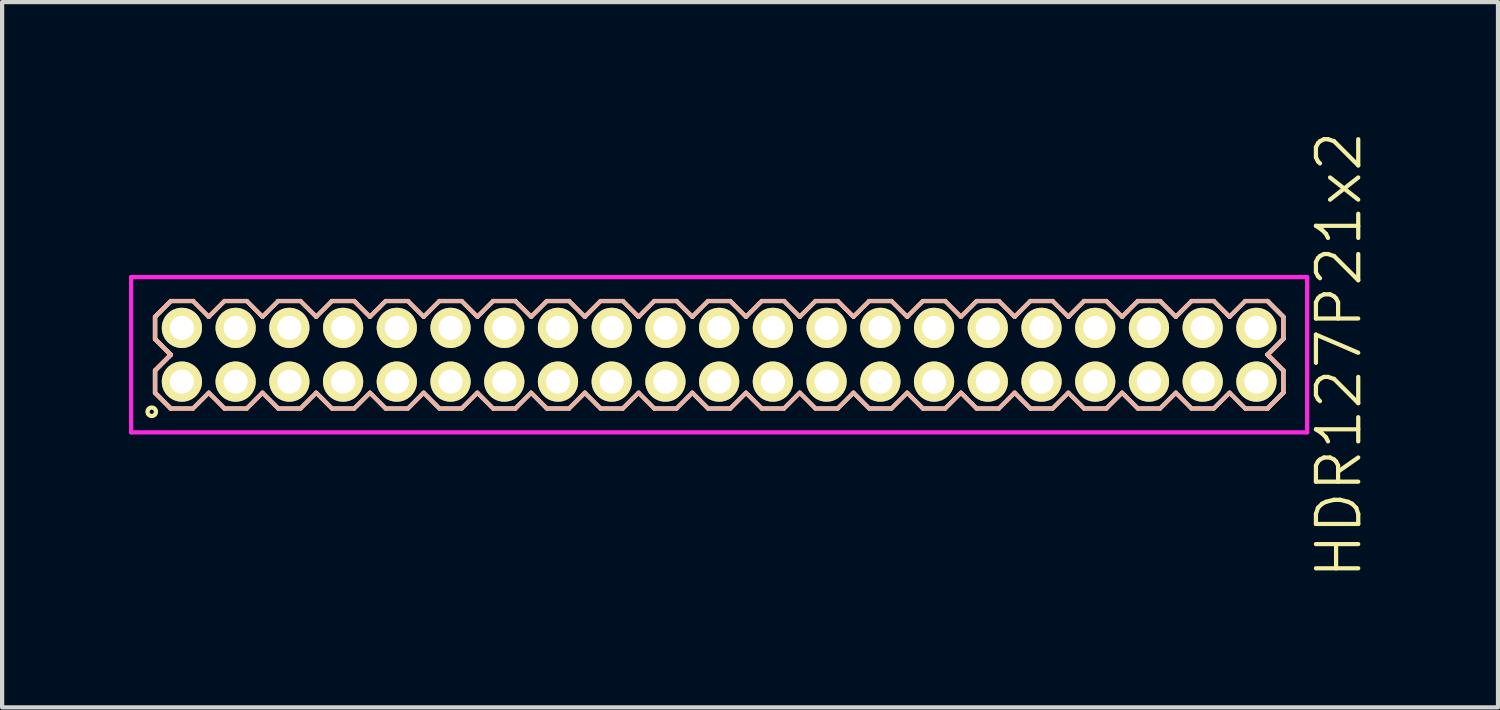
<source format=kicad_pcb>
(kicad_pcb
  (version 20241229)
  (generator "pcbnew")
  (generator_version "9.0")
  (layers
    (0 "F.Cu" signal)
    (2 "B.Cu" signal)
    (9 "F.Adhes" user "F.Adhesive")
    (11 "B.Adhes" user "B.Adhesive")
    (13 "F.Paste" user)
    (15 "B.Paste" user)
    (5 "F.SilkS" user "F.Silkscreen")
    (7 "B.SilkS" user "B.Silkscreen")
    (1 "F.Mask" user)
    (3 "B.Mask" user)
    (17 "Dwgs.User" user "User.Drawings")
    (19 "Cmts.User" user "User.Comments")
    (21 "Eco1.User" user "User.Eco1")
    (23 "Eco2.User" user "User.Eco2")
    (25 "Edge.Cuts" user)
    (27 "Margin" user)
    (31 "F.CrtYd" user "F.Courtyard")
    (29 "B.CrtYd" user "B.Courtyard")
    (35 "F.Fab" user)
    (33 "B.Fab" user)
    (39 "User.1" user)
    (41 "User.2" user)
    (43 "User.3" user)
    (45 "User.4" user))
  (footprint "HDR127P21x2"
    (layer "F.Cu")
    (at 13.95 5.336)
    (property "Reference" "HDR127P21x2" (at 14.65 0 90) (layer "F.SilkS") (effects (font (size 1 1) (thickness 0.1))))
    (attr through_hole)
    (fp_line (start -13.335 -0.898) (end -12.963 -1.27) (stroke (width 0.1) (type solid)) (layer "F.SilkS"))
    (fp_line (start -13.335 -0.898) (end -12.963 -1.27) (stroke (width 0.1) (type solid)) (layer "F.SilkS"))
    (fp_line (start -13.335 -0.372) (end -13.335 -0.898) (stroke (width 0.1) (type solid)) (layer "F.SilkS"))
    (fp_line (start -13.335 -0.372) (end -13.335 -0.898) (stroke (width 0.1) (type solid)) (layer "F.SilkS"))
    (fp_line (start -13.335 0.372) (end -12.963 0) (stroke (width 0.1) (type solid)) (layer "F.SilkS"))
    (fp_line (start -13.335 0.372) (end -12.963 0) (stroke (width 0.1) (type solid)) (layer "F.SilkS"))
    (fp_line (start -13.335 0.898) (end -13.335 0.372) (stroke (width 0.1) (type solid)) (layer "F.SilkS"))
    (fp_line (start -13.335 0.898) (end -13.335 0.372) (stroke (width 0.1) (type solid)) (layer "F.SilkS"))
    (fp_line (start -12.963 -1.27) (end -12.437 -1.27) (stroke (width 0.1) (type solid)) (layer "F.SilkS"))
    (fp_line (start -12.963 0) (end -13.335 -0.372) (stroke (width 0.1) (type solid)) (layer "F.SilkS"))
    (fp_line (start -12.963 0) (end -13.335 -0.372) (stroke (width 0.1) (type solid)) (layer "F.SilkS"))
    (fp_line (start -12.963 1.27) (end -13.335 0.898) (stroke (width 0.1) (type solid)) (layer "F.SilkS"))
    (fp_line (start -12.963 1.27) (end -13.335 0.898) (stroke (width 0.1) (type solid)) (layer "F.SilkS"))
    (fp_line (start -12.437 -1.27) (end -12.065 -0.898) (stroke (width 0.1) (type solid)) (layer "F.SilkS"))
    (fp_line (start -12.437 1.27) (end -12.963 1.27) (stroke (width 0.1) (type solid)) (layer "F.SilkS"))
    (fp_line (start -12.065 -0.898) (end -11.693 -1.27) (stroke (width 0.1) (type solid)) (layer "F.SilkS"))
    (fp_line (start -12.065 0.898) (end -12.437 1.27) (stroke (width 0.1) (type solid)) (layer "F.SilkS"))
    (fp_line (start -11.693 -1.27) (end -11.167 -1.27) (stroke (width 0.1) (type solid)) (layer "F.SilkS"))
    (fp_line (start -11.693 1.27) (end -12.065 0.898) (stroke (width 0.1) (type solid)) (layer "F.SilkS"))
    (fp_line (start -11.167 -1.27) (end -10.795 -0.898) (stroke (width 0.1) (type solid)) (layer "F.SilkS"))
    (fp_line (start -11.167 1.27) (end -11.693 1.27) (stroke (width 0.1) (type solid)) (layer "F.SilkS"))
    (fp_line (start -10.795 -0.898) (end -10.423 -1.27) (stroke (width 0.1) (type solid)) (layer "F.SilkS"))
    (fp_line (start -10.795 0.898) (end -11.167 1.27) (stroke (width 0.1) (type solid)) (layer "F.SilkS"))
    (fp_line (start -10.423 -1.27) (end -9.897 -1.27) (stroke (width 0.1) (type solid)) (layer "F.SilkS"))
    (fp_line (start -10.423 1.27) (end -10.795 0.898) (stroke (width 0.1) (type solid)) (layer "F.SilkS"))
    (fp_line (start -9.897 -1.27) (end -9.525 -0.898) (stroke (width 0.1) (type solid)) (layer "F.SilkS"))
    (fp_line (start -9.897 1.27) (end -10.423 1.27) (stroke (width 0.1) (type solid)) (layer "F.SilkS"))
    (fp_line (start -9.525 -0.898) (end -9.153 -1.27) (stroke (width 0.1) (type solid)) (layer "F.SilkS"))
    (fp_line (start -9.525 0.898) (end -9.897 1.27) (stroke (width 0.1) (type solid)) (layer "F.SilkS"))
    (fp_line (start -9.153 -1.27) (end -8.627 -1.27) (stroke (width 0.1) (type solid)) (layer "F.SilkS"))
    (fp_line (start -9.153 1.27) (end -9.525 0.898) (stroke (width 0.1) (type solid)) (layer "F.SilkS"))
    (fp_line (start -8.627 -1.27) (end -8.255 -0.898) (stroke (width 0.1) (type solid)) (layer "F.SilkS"))
    (fp_line (start -8.627 1.27) (end -9.153 1.27) (stroke (width 0.1) (type solid)) (layer "F.SilkS"))
    (fp_line (start -8.255 -0.898) (end -7.883 -1.27) (stroke (width 0.1) (type solid)) (layer "F.SilkS"))
    (fp_line (start -8.255 0.898) (end -8.627 1.27) (stroke (width 0.1) (type solid)) (layer "F.SilkS"))
    (fp_line (start -7.883 -1.27) (end -7.357 -1.27) (stroke (width 0.1) (type solid)) (layer "F.SilkS"))
    (fp_line (start -7.883 1.27) (end -8.255 0.898) (stroke (width 0.1) (type solid)) (layer "F.SilkS"))
    (fp_line (start -7.357 -1.27) (end -6.985 -0.898) (stroke (width 0.1) (type solid)) (layer "F.SilkS"))
    (fp_line (start -7.357 1.27) (end -7.883 1.27) (stroke (width 0.1) (type solid)) (layer "F.SilkS"))
    (fp_line (start -6.985 -0.898) (end -6.613 -1.27) (stroke (width 0.1) (type solid)) (layer "F.SilkS"))
    (fp_line (start -6.985 0.898) (end -7.357 1.27) (stroke (width 0.1) (type solid)) (layer "F.SilkS"))
    (fp_line (start -6.613 -1.27) (end -6.087 -1.27) (stroke (width 0.1) (type solid)) (layer "F.SilkS"))
    (fp_line (start -6.613 1.27) (end -6.985 0.898) (stroke (width 0.1) (type solid)) (layer "F.SilkS"))
    (fp_line (start -6.087 -1.27) (end -5.715 -0.898) (stroke (width 0.1) (type solid)) (layer "F.SilkS"))
    (fp_line (start -6.087 1.27) (end -6.613 1.27) (stroke (width 0.1) (type solid)) (layer "F.SilkS"))
    (fp_line (start -5.715 -0.898) (end -5.343 -1.27) (stroke (width 0.1) (type solid)) (layer "F.SilkS"))
    (fp_line (start -5.715 0.898) (end -6.087 1.27) (stroke (width 0.1) (type solid)) (layer "F.SilkS"))
    (fp_line (start -5.343 -1.27) (end -4.817 -1.27) (stroke (width 0.1) (type solid)) (layer "F.SilkS"))
    (fp_line (start -5.343 1.27) (end -5.715 0.898) (stroke (width 0.1) (type solid)) (layer "F.SilkS"))
    (fp_line (start -4.817 -1.27) (end -4.445 -0.898) (stroke (width 0.1) (type solid)) (layer "F.SilkS"))
    (fp_line (start -4.817 1.27) (end -5.343 1.27) (stroke (width 0.1) (type solid)) (layer "F.SilkS"))
    (fp_line (start -4.445 -0.898) (end -4.073 -1.27) (stroke (width 0.1) (type solid)) (layer "F.SilkS"))
    (fp_line (start -4.445 0.898) (end -4.817 1.27) (stroke (width 0.1) (type solid)) (layer "F.SilkS"))
    (fp_line (start -4.073 -1.27) (end -3.547 -1.27) (stroke (width 0.1) (type solid)) (layer "F.SilkS"))
    (fp_line (start -4.073 1.27) (end -4.445 0.898) (stroke (width 0.1) (type solid)) (layer "F.SilkS"))
    (fp_line (start -3.547 -1.27) (end -3.175 -0.898) (stroke (width 0.1) (type solid)) (layer "F.SilkS"))
    (fp_line (start -3.547 1.27) (end -4.073 1.27) (stroke (width 0.1) (type solid)) (layer "F.SilkS"))
    (fp_line (start -3.175 -0.898) (end -2.803 -1.27) (stroke (width 0.1) (type solid)) (layer "F.SilkS"))
    (fp_line (start -3.175 0.898) (end -3.547 1.27) (stroke (width 0.1) (type solid)) (layer "F.SilkS"))
    (fp_line (start -2.803 -1.27) (end -2.277 -1.27) (stroke (width 0.1) (type solid)) (layer "F.SilkS"))
    (fp_line (start -2.803 1.27) (end -3.175 0.898) (stroke (width 0.1) (type solid)) (layer "F.SilkS"))
    (fp_line (start -2.277 -1.27) (end -1.905 -0.898) (stroke (width 0.1) (type solid)) (layer "F.SilkS"))
    (fp_line (start -2.277 1.27) (end -2.803 1.27) (stroke (width 0.1) (type solid)) (layer "F.SilkS"))
    (fp_line (start -1.905 -0.898) (end -1.533 -1.27) (stroke (width 0.1) (type solid)) (layer "F.SilkS"))
    (fp_line (start -1.905 0.898) (end -2.277 1.27) (stroke (width 0.1) (type solid)) (layer "F.SilkS"))
    (fp_line (start -1.533 -1.27) (end -1.007 -1.27) (stroke (width 0.1) (type solid)) (layer "F.SilkS"))
    (fp_line (start -1.533 1.27) (end -1.905 0.898) (stroke (width 0.1) (type solid)) (layer "F.SilkS"))
    (fp_line (start -1.007 -1.27) (end -0.635 -0.898) (stroke (width 0.1) (type solid)) (layer "F.SilkS"))
    (fp_line (start -1.007 1.27) (end -1.533 1.27) (stroke (width 0.1) (type solid)) (layer "F.SilkS"))
    (fp_line (start -0.635 -0.898) (end -0.263 -1.27) (stroke (width 0.1) (type solid)) (layer "F.SilkS"))
    (fp_line (start -0.635 0.898) (end -1.007 1.27) (stroke (width 0.1) (type solid)) (layer "F.SilkS"))
    (fp_line (start -0.263 -1.27) (end 0.263 -1.27) (stroke (width 0.1) (type solid)) (layer "F.SilkS"))
    (fp_line (start -0.263 1.27) (end -0.635 0.898) (stroke (width 0.1) (type solid)) (layer "F.SilkS"))
    (fp_line (start 0.263 -1.27) (end 0.635 -0.898) (stroke (width 0.1) (type solid)) (layer "F.SilkS"))
    (fp_line (start 0.263 1.27) (end -0.263 1.27) (stroke (width 0.1) (type solid)) (layer "F.SilkS"))
    (fp_line (start 0.635 -0.898) (end 1.007 -1.27) (stroke (width 0.1) (type solid)) (layer "F.SilkS"))
    (fp_line (start 0.635 0.898) (end 0.263 1.27) (stroke (width 0.1) (type solid)) (layer "F.SilkS"))
    (fp_line (start 1.007 -1.27) (end 1.533 -1.27) (stroke (width 0.1) (type solid)) (layer "F.SilkS"))
    (fp_line (start 1.007 1.27) (end 0.635 0.898) (stroke (width 0.1) (type solid)) (layer "F.SilkS"))
    (fp_line (start 1.533 -1.27) (end 1.905 -0.898) (stroke (width 0.1) (type solid)) (layer "F.SilkS"))
    (fp_line (start 1.533 1.27) (end 1.007 1.27) (stroke (width 0.1) (type solid)) (layer "F.SilkS"))
    (fp_line (start 1.905 -0.898) (end 2.277 -1.27) (stroke (width 0.1) (type solid)) (layer "F.SilkS"))
    (fp_line (start 1.905 0.898) (end 1.533 1.27) (stroke (width 0.1) (type solid)) (layer "F.SilkS"))
    (fp_line (start 2.277 -1.27) (end 2.803 -1.27) (stroke (width 0.1) (type solid)) (layer "F.SilkS"))
    (fp_line (start 2.277 1.27) (end 1.905 0.898) (stroke (width 0.1) (type solid)) (layer "F.SilkS"))
    (fp_line (start 2.803 -1.27) (end 3.175 -0.898) (stroke (width 0.1) (type solid)) (layer "F.SilkS"))
    (fp_line (start 2.803 1.27) (end 2.277 1.27) (stroke (width 0.1) (type solid)) (layer "F.SilkS"))
    (fp_line (start 3.175 -0.898) (end 3.547 -1.27) (stroke (width 0.1) (type solid)) (layer "F.SilkS"))
    (fp_line (start 3.175 0.898) (end 2.803 1.27) (stroke (width 0.1) (type solid)) (layer "F.SilkS"))
    (fp_line (start 3.547 -1.27) (end 4.073 -1.27) (stroke (width 0.1) (type solid)) (layer "F.SilkS"))
    (fp_line (start 3.547 1.27) (end 3.175 0.898) (stroke (width 0.1) (type solid)) (layer "F.SilkS"))
    (fp_line (start 4.073 -1.27) (end 4.445 -0.898) (stroke (width 0.1) (type solid)) (layer "F.SilkS"))
    (fp_line (start 4.073 1.27) (end 3.547 1.27) (stroke (width 0.1) (type solid)) (layer "F.SilkS"))
    (fp_line (start 4.445 -0.898) (end 4.817 -1.27) (stroke (width 0.1) (type solid)) (layer "F.SilkS"))
    (fp_line (start 4.445 0.898) (end 4.073 1.27) (stroke (width 0.1) (type solid)) (layer "F.SilkS"))
    (fp_line (start 4.817 -1.27) (end 5.343 -1.27) (stroke (width 0.1) (type solid)) (layer "F.SilkS"))
    (fp_line (start 4.817 1.27) (end 4.445 0.898) (stroke (width 0.1) (type solid)) (layer "F.SilkS"))
    (fp_line (start 5.343 -1.27) (end 5.715 -0.898) (stroke (width 0.1) (type solid)) (layer "F.SilkS"))
    (fp_line (start 5.343 1.27) (end 4.817 1.27) (stroke (width 0.1) (type solid)) (layer "F.SilkS"))
    (fp_line (start 5.715 -0.898) (end 6.087 -1.27) (stroke (width 0.1) (type solid)) (layer "F.SilkS"))
    (fp_line (start 5.715 0.898) (end 5.343 1.27) (stroke (width 0.1) (type solid)) (layer "F.SilkS"))
    (fp_line (start 6.087 -1.27) (end 6.613 -1.27) (stroke (width 0.1) (type solid)) (layer "F.SilkS"))
    (fp_line (start 6.087 1.27) (end 5.715 0.898) (stroke (width 0.1) (type solid)) (layer "F.SilkS"))
    (fp_line (start 6.613 -1.27) (end 6.985 -0.898) (stroke (width 0.1) (type solid)) (layer "F.SilkS"))
    (fp_line (start 6.613 1.27) (end 6.087 1.27) (stroke (width 0.1) (type solid)) (layer "F.SilkS"))
    (fp_line (start 6.985 -0.898) (end 7.357 -1.27) (stroke (width 0.1) (type solid)) (layer "F.SilkS"))
    (fp_line (start 6.985 0.898) (end 6.613 1.27) (stroke (width 0.1) (type solid)) (layer "F.SilkS"))
    (fp_line (start 7.357 -1.27) (end 7.883 -1.27) (stroke (width 0.1) (type solid)) (layer "F.SilkS"))
    (fp_line (start 7.357 1.27) (end 6.985 0.898) (stroke (width 0.1) (type solid)) (layer "F.SilkS"))
    (fp_line (start 7.883 -1.27) (end 8.255 -0.898) (stroke (width 0.1) (type solid)) (layer "F.SilkS"))
    (fp_line (start 7.883 1.27) (end 7.357 1.27) (stroke (width 0.1) (type solid)) (layer "F.SilkS"))
    (fp_line (start 8.255 -0.898) (end 8.627 -1.27) (stroke (width 0.1) (type solid)) (layer "F.SilkS"))
    (fp_line (start 8.255 0.898) (end 7.883 1.27) (stroke (width 0.1) (type solid)) (layer "F.SilkS"))
    (fp_line (start 8.627 -1.27) (end 9.153 -1.27) (stroke (width 0.1) (type solid)) (layer "F.SilkS"))
    (fp_line (start 8.627 1.27) (end 8.255 0.898) (stroke (width 0.1) (type solid)) (layer "F.SilkS"))
    (fp_line (start 9.153 -1.27) (end 9.525 -0.898) (stroke (width 0.1) (type solid)) (layer "F.SilkS"))
    (fp_line (start 9.153 1.27) (end 8.627 1.27) (stroke (width 0.1) (type solid)) (layer "F.SilkS"))
    (fp_line (start 9.525 -0.898) (end 9.897 -1.27) (stroke (width 0.1) (type solid)) (layer "F.SilkS"))
    (fp_line (start 9.525 0.898) (end 9.153 1.27) (stroke (width 0.1) (type solid)) (layer "F.SilkS"))
    (fp_line (start 9.897 -1.27) (end 10.423 -1.27) (stroke (width 0.1) (type solid)) (layer "F.SilkS"))
    (fp_line (start 9.897 1.27) (end 9.525 0.898) (stroke (width 0.1) (type solid)) (layer "F.SilkS"))
    (fp_line (start 10.423 -1.27) (end 10.795 -0.898) (stroke (width 0.1) (type solid)) (layer "F.SilkS"))
    (fp_line (start 10.423 1.27) (end 9.897 1.27) (stroke (width 0.1) (type solid)) (layer "F.SilkS"))
    (fp_line (start 10.795 -0.898) (end 11.167 -1.27) (stroke (width 0.1) (type solid)) (layer "F.SilkS"))
    (fp_line (start 10.795 0.898) (end 10.423 1.27) (stroke (width 0.1) (type solid)) (layer "F.SilkS"))
    (fp_line (start 11.167 -1.27) (end 11.693 -1.27) (stroke (width 0.1) (type solid)) (layer "F.SilkS"))
    (fp_line (start 11.167 1.27) (end 10.795 0.898) (stroke (width 0.1) (type solid)) (layer "F.SilkS"))
    (fp_line (start 11.693 -1.27) (end 12.065 -0.898) (stroke (width 0.1) (type solid)) (layer "F.SilkS"))
    (fp_line (start 11.693 1.27) (end 11.167 1.27) (stroke (width 0.1) (type solid)) (layer "F.SilkS"))
    (fp_line (start 12.065 -0.898) (end 12.437 -1.27) (stroke (width 0.1) (type solid)) (layer "F.SilkS"))
    (fp_line (start 12.065 0.898) (end 11.693 1.27) (stroke (width 0.1) (type solid)) (layer "F.SilkS"))
    (fp_line (start 12.437 -1.27) (end 12.963 -1.27) (stroke (width 0.1) (type solid)) (layer "F.SilkS"))
    (fp_line (start 12.437 1.27) (end 12.065 0.898) (stroke (width 0.1) (type solid)) (layer "F.SilkS"))
    (fp_line (start 12.963 -1.27) (end 13.335 -0.898) (stroke (width 0.1) (type solid)) (layer "F.SilkS"))
    (fp_line (start 12.963 -1.27) (end 13.335 -0.898) (stroke (width 0.1) (type solid)) (layer "F.SilkS"))
    (fp_line (start 12.963 0) (end 13.335 0.372) (stroke (width 0.1) (type solid)) (layer "F.SilkS"))
    (fp_line (start 12.963 0) (end 13.335 0.372) (stroke (width 0.1) (type solid)) (layer "F.SilkS"))
    (fp_line (start 12.963 1.27) (end 12.437 1.27) (stroke (width 0.1) (type solid)) (layer "F.SilkS"))
    (fp_line (start 13.335 -0.898) (end 13.335 -0.372) (stroke (width 0.1) (type solid)) (layer "F.SilkS"))
    (fp_line (start 13.335 -0.898) (end 13.335 -0.372) (stroke (width 0.1) (type solid)) (layer "F.SilkS"))
    (fp_line (start 13.335 -0.372) (end 12.963 0) (stroke (width 0.1) (type solid)) (layer "F.SilkS"))
    (fp_line (start 13.335 -0.372) (end 12.963 0) (stroke (width 0.1) (type solid)) (layer "F.SilkS"))
    (fp_line (start 13.335 0.372) (end 13.335 0.898) (stroke (width 0.1) (type solid)) (layer "F.SilkS"))
    (fp_line (start 13.335 0.372) (end 13.335 0.898) (stroke (width 0.1) (type solid)) (layer "F.SilkS"))
    (fp_line (start 13.335 0.898) (end 12.963 1.27) (stroke (width 0.1) (type solid)) (layer "F.SilkS"))
    (fp_line (start 13.335 0.898) (end 12.963 1.27) (stroke (width 0.1) (type solid)) (layer "F.SilkS"))
    (fp_circle (center -13.413 1.348) (end -13.313 1.348) (stroke (width 0.1) (type solid)) (fill no) (layer "F.SilkS"))
    (fp_line (start -13.335 -0.898) (end -12.963 -1.27) (stroke (width 0.1) (type solid)) (layer "B.SilkS"))
    (fp_line (start -13.335 -0.898) (end -12.963 -1.27) (stroke (width 0.1) (type solid)) (layer "B.SilkS"))
    (fp_line (start -13.335 -0.372) (end -13.335 -0.898) (stroke (width 0.1) (type solid)) (layer "B.SilkS"))
    (fp_line (start -13.335 -0.372) (end -13.335 -0.898) (stroke (width 0.1) (type solid)) (layer "B.SilkS"))
    (fp_line (start -13.335 0.372) (end -12.963 0) (stroke (width 0.1) (type solid)) (layer "B.SilkS"))
    (fp_line (start -13.335 0.372) (end -12.963 0) (stroke (width 0.1) (type solid)) (layer "B.SilkS"))
    (fp_line (start -13.335 0.898) (end -13.335 0.372) (stroke (width 0.1) (type solid)) (layer "B.SilkS"))
    (fp_line (start -13.335 0.898) (end -13.335 0.372) (stroke (width 0.1) (type solid)) (layer "B.SilkS"))
    (fp_line (start -12.963 -1.27) (end -12.437 -1.27) (stroke (width 0.1) (type solid)) (layer "B.SilkS"))
    (fp_line (start -12.963 0) (end -13.335 -0.372) (stroke (width 0.1) (type solid)) (layer "B.SilkS"))
    (fp_line (start -12.963 0) (end -13.335 -0.372) (stroke (width 0.1) (type solid)) (layer "B.SilkS"))
    (fp_line (start -12.963 1.27) (end -13.335 0.898) (stroke (width 0.1) (type solid)) (layer "B.SilkS"))
    (fp_line (start -12.963 1.27) (end -13.335 0.898) (stroke (width 0.1) (type solid)) (layer "B.SilkS"))
    (fp_line (start -12.437 -1.27) (end -12.065 -0.898) (stroke (width 0.1) (type solid)) (layer "B.SilkS"))
    (fp_line (start -12.437 1.27) (end -12.963 1.27) (stroke (width 0.1) (type solid)) (layer "B.SilkS"))
    (fp_line (start -12.065 -0.898) (end -11.693 -1.27) (stroke (width 0.1) (type solid)) (layer "B.SilkS"))
    (fp_line (start -12.065 0.898) (end -12.437 1.27) (stroke (width 0.1) (type solid)) (layer "B.SilkS"))
    (fp_line (start -11.693 -1.27) (end -11.167 -1.27) (stroke (width 0.1) (type solid)) (layer "B.SilkS"))
    (fp_line (start -11.693 1.27) (end -12.065 0.898) (stroke (width 0.1) (type solid)) (layer "B.SilkS"))
    (fp_line (start -11.167 -1.27) (end -10.795 -0.898) (stroke (width 0.1) (type solid)) (layer "B.SilkS"))
    (fp_line (start -11.167 1.27) (end -11.693 1.27) (stroke (width 0.1) (type solid)) (layer "B.SilkS"))
    (fp_line (start -10.795 -0.898) (end -10.423 -1.27) (stroke (width 0.1) (type solid)) (layer "B.SilkS"))
    (fp_line (start -10.795 0.898) (end -11.167 1.27) (stroke (width 0.1) (type solid)) (layer "B.SilkS"))
    (fp_line (start -10.423 -1.27) (end -9.897 -1.27) (stroke (width 0.1) (type solid)) (layer "B.SilkS"))
    (fp_line (start -10.423 1.27) (end -10.795 0.898) (stroke (width 0.1) (type solid)) (layer "B.SilkS"))
    (fp_line (start -9.897 -1.27) (end -9.525 -0.898) (stroke (width 0.1) (type solid)) (layer "B.SilkS"))
    (fp_line (start -9.897 1.27) (end -10.423 1.27) (stroke (width 0.1) (type solid)) (layer "B.SilkS"))
    (fp_line (start -9.525 -0.898) (end -9.153 -1.27) (stroke (width 0.1) (type solid)) (layer "B.SilkS"))
    (fp_line (start -9.525 0.898) (end -9.897 1.27) (stroke (width 0.1) (type solid)) (layer "B.SilkS"))
    (fp_line (start -9.153 -1.27) (end -8.627 -1.27) (stroke (width 0.1) (type solid)) (layer "B.SilkS"))
    (fp_line (start -9.153 1.27) (end -9.525 0.898) (stroke (width 0.1) (type solid)) (layer "B.SilkS"))
    (fp_line (start -8.627 -1.27) (end -8.255 -0.898) (stroke (width 0.1) (type solid)) (layer "B.SilkS"))
    (fp_line (start -8.627 1.27) (end -9.153 1.27) (stroke (width 0.1) (type solid)) (layer "B.SilkS"))
    (fp_line (start -8.255 -0.898) (end -7.883 -1.27) (stroke (width 0.1) (type solid)) (layer "B.SilkS"))
    (fp_line (start -8.255 0.898) (end -8.627 1.27) (stroke (width 0.1) (type solid)) (layer "B.SilkS"))
    (fp_line (start -7.883 -1.27) (end -7.357 -1.27) (stroke (width 0.1) (type solid)) (layer "B.SilkS"))
    (fp_line (start -7.883 1.27) (end -8.255 0.898) (stroke (width 0.1) (type solid)) (layer "B.SilkS"))
    (fp_line (start -7.357 -1.27) (end -6.985 -0.898) (stroke (width 0.1) (type solid)) (layer "B.SilkS"))
    (fp_line (start -7.357 1.27) (end -7.883 1.27) (stroke (width 0.1) (type solid)) (layer "B.SilkS"))
    (fp_line (start -6.985 -0.898) (end -6.613 -1.27) (stroke (width 0.1) (type solid)) (layer "B.SilkS"))
    (fp_line (start -6.985 0.898) (end -7.357 1.27) (stroke (width 0.1) (type solid)) (layer "B.SilkS"))
    (fp_line (start -6.613 -1.27) (end -6.087 -1.27) (stroke (width 0.1) (type solid)) (layer "B.SilkS"))
    (fp_line (start -6.613 1.27) (end -6.985 0.898) (stroke (width 0.1) (type solid)) (layer "B.SilkS"))
    (fp_line (start -6.087 -1.27) (end -5.715 -0.898) (stroke (width 0.1) (type solid)) (layer "B.SilkS"))
    (fp_line (start -6.087 1.27) (end -6.613 1.27) (stroke (width 0.1) (type solid)) (layer "B.SilkS"))
    (fp_line (start -5.715 -0.898) (end -5.343 -1.27) (stroke (width 0.1) (type solid)) (layer "B.SilkS"))
    (fp_line (start -5.715 0.898) (end -6.087 1.27) (stroke (width 0.1) (type solid)) (layer "B.SilkS"))
    (fp_line (start -5.343 -1.27) (end -4.817 -1.27) (stroke (width 0.1) (type solid)) (layer "B.SilkS"))
    (fp_line (start -5.343 1.27) (end -5.715 0.898) (stroke (width 0.1) (type solid)) (layer "B.SilkS"))
    (fp_line (start -4.817 -1.27) (end -4.445 -0.898) (stroke (width 0.1) (type solid)) (layer "B.SilkS"))
    (fp_line (start -4.817 1.27) (end -5.343 1.27) (stroke (width 0.1) (type solid)) (layer "B.SilkS"))
    (fp_line (start -4.445 -0.898) (end -4.073 -1.27) (stroke (width 0.1) (type solid)) (layer "B.SilkS"))
    (fp_line (start -4.445 0.898) (end -4.817 1.27) (stroke (width 0.1) (type solid)) (layer "B.SilkS"))
    (fp_line (start -4.073 -1.27) (end -3.547 -1.27) (stroke (width 0.1) (type solid)) (layer "B.SilkS"))
    (fp_line (start -4.073 1.27) (end -4.445 0.898) (stroke (width 0.1) (type solid)) (layer "B.SilkS"))
    (fp_line (start -3.547 -1.27) (end -3.175 -0.898) (stroke (width 0.1) (type solid)) (layer "B.SilkS"))
    (fp_line (start -3.547 1.27) (end -4.073 1.27) (stroke (width 0.1) (type solid)) (layer "B.SilkS"))
    (fp_line (start -3.175 -0.898) (end -2.803 -1.27) (stroke (width 0.1) (type solid)) (layer "B.SilkS"))
    (fp_line (start -3.175 0.898) (end -3.547 1.27) (stroke (width 0.1) (type solid)) (layer "B.SilkS"))
    (fp_line (start -2.803 -1.27) (end -2.277 -1.27) (stroke (width 0.1) (type solid)) (layer "B.SilkS"))
    (fp_line (start -2.803 1.27) (end -3.175 0.898) (stroke (width 0.1) (type solid)) (layer "B.SilkS"))
    (fp_line (start -2.277 -1.27) (end -1.905 -0.898) (stroke (width 0.1) (type solid)) (layer "B.SilkS"))
    (fp_line (start -2.277 1.27) (end -2.803 1.27) (stroke (width 0.1) (type solid)) (layer "B.SilkS"))
    (fp_line (start -1.905 -0.898) (end -1.533 -1.27) (stroke (width 0.1) (type solid)) (layer "B.SilkS"))
    (fp_line (start -1.905 0.898) (end -2.277 1.27) (stroke (width 0.1) (type solid)) (layer "B.SilkS"))
    (fp_line (start -1.533 -1.27) (end -1.007 -1.27) (stroke (width 0.1) (type solid)) (layer "B.SilkS"))
    (fp_line (start -1.533 1.27) (end -1.905 0.898) (stroke (width 0.1) (type solid)) (layer "B.SilkS"))
    (fp_line (start -1.007 -1.27) (end -0.635 -0.898) (stroke (width 0.1) (type solid)) (layer "B.SilkS"))
    (fp_line (start -1.007 1.27) (end -1.533 1.27) (stroke (width 0.1) (type solid)) (layer "B.SilkS"))
    (fp_line (start -0.635 -0.898) (end -0.263 -1.27) (stroke (width 0.1) (type solid)) (layer "B.SilkS"))
    (fp_line (start -0.635 0.898) (end -1.007 1.27) (stroke (width 0.1) (type solid)) (layer "B.SilkS"))
    (fp_line (start -0.263 -1.27) (end 0.263 -1.27) (stroke (width 0.1) (type solid)) (layer "B.SilkS"))
    (fp_line (start -0.263 1.27) (end -0.635 0.898) (stroke (width 0.1) (type solid)) (layer "B.SilkS"))
    (fp_line (start 0.263 -1.27) (end 0.635 -0.898) (stroke (width 0.1) (type solid)) (layer "B.SilkS"))
    (fp_line (start 0.263 1.27) (end -0.263 1.27) (stroke (width 0.1) (type solid)) (layer "B.SilkS"))
    (fp_line (start 0.635 -0.898) (end 1.007 -1.27) (stroke (width 0.1) (type solid)) (layer "B.SilkS"))
    (fp_line (start 0.635 0.898) (end 0.263 1.27) (stroke (width 0.1) (type solid)) (layer "B.SilkS"))
    (fp_line (start 1.007 -1.27) (end 1.533 -1.27) (stroke (width 0.1) (type solid)) (layer "B.SilkS"))
    (fp_line (start 1.007 1.27) (end 0.635 0.898) (stroke (width 0.1) (type solid)) (layer "B.SilkS"))
    (fp_line (start 1.533 -1.27) (end 1.905 -0.898) (stroke (width 0.1) (type solid)) (layer "B.SilkS"))
    (fp_line (start 1.533 1.27) (end 1.007 1.27) (stroke (width 0.1) (type solid)) (layer "B.SilkS"))
    (fp_line (start 1.905 -0.898) (end 2.277 -1.27) (stroke (width 0.1) (type solid)) (layer "B.SilkS"))
    (fp_line (start 1.905 0.898) (end 1.533 1.27) (stroke (width 0.1) (type solid)) (layer "B.SilkS"))
    (fp_line (start 2.277 -1.27) (end 2.803 -1.27) (stroke (width 0.1) (type solid)) (layer "B.SilkS"))
    (fp_line (start 2.277 1.27) (end 1.905 0.898) (stroke (width 0.1) (type solid)) (layer "B.SilkS"))
    (fp_line (start 2.803 -1.27) (end 3.175 -0.898) (stroke (width 0.1) (type solid)) (layer "B.SilkS"))
    (fp_line (start 2.803 1.27) (end 2.277 1.27) (stroke (width 0.1) (type solid)) (layer "B.SilkS"))
    (fp_line (start 3.175 -0.898) (end 3.547 -1.27) (stroke (width 0.1) (type solid)) (layer "B.SilkS"))
    (fp_line (start 3.175 0.898) (end 2.803 1.27) (stroke (width 0.1) (type solid)) (layer "B.SilkS"))
    (fp_line (start 3.547 -1.27) (end 4.073 -1.27) (stroke (width 0.1) (type solid)) (layer "B.SilkS"))
    (fp_line (start 3.547 1.27) (end 3.175 0.898) (stroke (width 0.1) (type solid)) (layer "B.SilkS"))
    (fp_line (start 4.073 -1.27) (end 4.445 -0.898) (stroke (width 0.1) (type solid)) (layer "B.SilkS"))
    (fp_line (start 4.073 1.27) (end 3.547 1.27) (stroke (width 0.1) (type solid)) (layer "B.SilkS"))
    (fp_line (start 4.445 -0.898) (end 4.817 -1.27) (stroke (width 0.1) (type solid)) (layer "B.SilkS"))
    (fp_line (start 4.445 0.898) (end 4.073 1.27) (stroke (width 0.1) (type solid)) (layer "B.SilkS"))
    (fp_line (start 4.817 -1.27) (end 5.343 -1.27) (stroke (width 0.1) (type solid)) (layer "B.SilkS"))
    (fp_line (start 4.817 1.27) (end 4.445 0.898) (stroke (width 0.1) (type solid)) (layer "B.SilkS"))
    (fp_line (start 5.343 -1.27) (end 5.715 -0.898) (stroke (width 0.1) (type solid)) (layer "B.SilkS"))
    (fp_line (start 5.343 1.27) (end 4.817 1.27) (stroke (width 0.1) (type solid)) (layer "B.SilkS"))
    (fp_line (start 5.715 -0.898) (end 6.087 -1.27) (stroke (width 0.1) (type solid)) (layer "B.SilkS"))
    (fp_line (start 5.715 0.898) (end 5.343 1.27) (stroke (width 0.1) (type solid)) (layer "B.SilkS"))
    (fp_line (start 6.087 -1.27) (end 6.613 -1.27) (stroke (width 0.1) (type solid)) (layer "B.SilkS"))
    (fp_line (start 6.087 1.27) (end 5.715 0.898) (stroke (width 0.1) (type solid)) (layer "B.SilkS"))
    (fp_line (start 6.613 -1.27) (end 6.985 -0.898) (stroke (width 0.1) (type solid)) (layer "B.SilkS"))
    (fp_line (start 6.613 1.27) (end 6.087 1.27) (stroke (width 0.1) (type solid)) (layer "B.SilkS"))
    (fp_line (start 6.985 -0.898) (end 7.357 -1.27) (stroke (width 0.1) (type solid)) (layer "B.SilkS"))
    (fp_line (start 6.985 0.898) (end 6.613 1.27) (stroke (width 0.1) (type solid)) (layer "B.SilkS"))
    (fp_line (start 7.357 -1.27) (end 7.883 -1.27) (stroke (width 0.1) (type solid)) (layer "B.SilkS"))
    (fp_line (start 7.357 1.27) (end 6.985 0.898) (stroke (width 0.1) (type solid)) (layer "B.SilkS"))
    (fp_line (start 7.883 -1.27) (end 8.255 -0.898) (stroke (width 0.1) (type solid)) (layer "B.SilkS"))
    (fp_line (start 7.883 1.27) (end 7.357 1.27) (stroke (width 0.1) (type solid)) (layer "B.SilkS"))
    (fp_line (start 8.255 -0.898) (end 8.627 -1.27) (stroke (width 0.1) (type solid)) (layer "B.SilkS"))
    (fp_line (start 8.255 0.898) (end 7.883 1.27) (stroke (width 0.1) (type solid)) (layer "B.SilkS"))
    (fp_line (start 8.627 -1.27) (end 9.153 -1.27) (stroke (width 0.1) (type solid)) (layer "B.SilkS"))
    (fp_line (start 8.627 1.27) (end 8.255 0.898) (stroke (width 0.1) (type solid)) (layer "B.SilkS"))
    (fp_line (start 9.153 -1.27) (end 9.525 -0.898) (stroke (width 0.1) (type solid)) (layer "B.SilkS"))
    (fp_line (start 9.153 1.27) (end 8.627 1.27) (stroke (width 0.1) (type solid)) (layer "B.SilkS"))
    (fp_line (start 9.525 -0.898) (end 9.897 -1.27) (stroke (width 0.1) (type solid)) (layer "B.SilkS"))
    (fp_line (start 9.525 0.898) (end 9.153 1.27) (stroke (width 0.1) (type solid)) (layer "B.SilkS"))
    (fp_line (start 9.897 -1.27) (end 10.423 -1.27) (stroke (width 0.1) (type solid)) (layer "B.SilkS"))
    (fp_line (start 9.897 1.27) (end 9.525 0.898) (stroke (width 0.1) (type solid)) (layer "B.SilkS"))
    (fp_line (start 10.423 -1.27) (end 10.795 -0.898) (stroke (width 0.1) (type solid)) (layer "B.SilkS"))
    (fp_line (start 10.423 1.27) (end 9.897 1.27) (stroke (width 0.1) (type solid)) (layer "B.SilkS"))
    (fp_line (start 10.795 -0.898) (end 11.167 -1.27) (stroke (width 0.1) (type solid)) (layer "B.SilkS"))
    (fp_line (start 10.795 0.898) (end 10.423 1.27) (stroke (width 0.1) (type solid)) (layer "B.SilkS"))
    (fp_line (start 11.167 -1.27) (end 11.693 -1.27) (stroke (width 0.1) (type solid)) (layer "B.SilkS"))
    (fp_line (start 11.167 1.27) (end 10.795 0.898) (stroke (width 0.1) (type solid)) (layer "B.SilkS"))
    (fp_line (start 11.693 -1.27) (end 12.065 -0.898) (stroke (width 0.1) (type solid)) (layer "B.SilkS"))
    (fp_line (start 11.693 1.27) (end 11.167 1.27) (stroke (width 0.1) (type solid)) (layer "B.SilkS"))
    (fp_line (start 12.065 -0.898) (end 12.437 -1.27) (stroke (width 0.1) (type solid)) (layer "B.SilkS"))
    (fp_line (start 12.065 0.898) (end 11.693 1.27) (stroke (width 0.1) (type solid)) (layer "B.SilkS"))
    (fp_line (start 12.437 -1.27) (end 12.963 -1.27) (stroke (width 0.1) (type solid)) (layer "B.SilkS"))
    (fp_line (start 12.437 1.27) (end 12.065 0.898) (stroke (width 0.1) (type solid)) (layer "B.SilkS"))
    (fp_line (start 12.963 -1.27) (end 13.335 -0.898) (stroke (width 0.1) (type solid)) (layer "B.SilkS"))
    (fp_line (start 12.963 -1.27) (end 13.335 -0.898) (stroke (width 0.1) (type solid)) (layer "B.SilkS"))
    (fp_line (start 12.963 0) (end 13.335 0.372) (stroke (width 0.1) (type solid)) (layer "B.SilkS"))
    (fp_line (start 12.963 0) (end 13.335 0.372) (stroke (width 0.1) (type solid)) (layer "B.SilkS"))
    (fp_line (start 12.963 1.27) (end 12.437 1.27) (stroke (width 0.1) (type solid)) (layer "B.SilkS"))
    (fp_line (start 13.335 -0.898) (end 13.335 -0.372) (stroke (width 0.1) (type solid)) (layer "B.SilkS"))
    (fp_line (start 13.335 -0.898) (end 13.335 -0.372) (stroke (width 0.1) (type solid)) (layer "B.SilkS"))
    (fp_line (start 13.335 -0.372) (end 12.963 0) (stroke (width 0.1) (type solid)) (layer "B.SilkS"))
    (fp_line (start 13.335 -0.372) (end 12.963 0) (stroke (width 0.1) (type solid)) (layer "B.SilkS"))
    (fp_line (start 13.335 0.372) (end 13.335 0.898) (stroke (width 0.1) (type solid)) (layer "B.SilkS"))
    (fp_line (start 13.335 0.372) (end 13.335 0.898) (stroke (width 0.1) (type solid)) (layer "B.SilkS"))
    (fp_line (start 13.335 0.898) (end 12.963 1.27) (stroke (width 0.1) (type solid)) (layer "B.SilkS"))
    (fp_line (start 13.335 0.898) (end 12.963 1.27) (stroke (width 0.1) (type solid)) (layer "B.SilkS"))
    (fp_line (start -13.9 -1.835) (end -13.9 1.835) (stroke (width 0.1) (type solid)) (layer "F.CrtYd"))
    (fp_line (start -13.9 1.835) (end 13.9 1.835) (stroke (width 0.1) (type solid)) (layer "F.CrtYd"))
    (fp_line (start 13.9 -1.835) (end -13.9 -1.835) (stroke (width 0.1) (type solid)) (layer "F.CrtYd"))
    (fp_line (start 13.9 1.835) (end 13.9 -1.835) (stroke (width 0.1) (type solid)) (layer "F.CrtYd"))
    (pad "1" thru_hole oval (at -12.7 0.635) (size 0.95 0.95) (drill 0.57) (layers "*.Cu" "*.Mask" "F.SilkS"))
    (pad "2" thru_hole oval (at -12.7 -0.635) (size 0.95 0.95) (drill 0.57) (layers "*.Cu" "*.Mask" "F.SilkS"))
    (pad "3" thru_hole oval (at -11.43 0.635) (size 0.95 0.95) (drill 0.57) (layers "*.Cu" "*.Mask" "F.SilkS"))
    (pad "4" thru_hole oval (at -11.43 -0.635) (size 0.95 0.95) (drill 0.57) (layers "*.Cu" "*.Mask" "F.SilkS"))
    (pad "5" thru_hole oval (at -10.16 0.635) (size 0.95 0.95) (drill 0.57) (layers "*.Cu" "*.Mask" "F.SilkS"))
    (pad "6" thru_hole oval (at -10.16 -0.635) (size 0.95 0.95) (drill 0.57) (layers "*.Cu" "*.Mask" "F.SilkS"))
    (pad "7" thru_hole oval (at -8.89 0.635) (size 0.95 0.95) (drill 0.57) (layers "*.Cu" "*.Mask" "F.SilkS"))
    (pad "8" thru_hole oval (at -8.89 -0.635) (size 0.95 0.95) (drill 0.57) (layers "*.Cu" "*.Mask" "F.SilkS"))
    (pad "9" thru_hole oval (at -7.62 0.635) (size 0.95 0.95) (drill 0.57) (layers "*.Cu" "*.Mask" "F.SilkS"))
    (pad "10" thru_hole oval (at -7.62 -0.635) (size 0.95 0.95) (drill 0.57) (layers "*.Cu" "*.Mask" "F.SilkS"))
    (pad "11" thru_hole oval (at -6.35 0.635) (size 0.95 0.95) (drill 0.57) (layers "*.Cu" "*.Mask" "F.SilkS"))
    (pad "12" thru_hole oval (at -6.35 -0.635) (size 0.95 0.95) (drill 0.57) (layers "*.Cu" "*.Mask" "F.SilkS"))
    (pad "13" thru_hole oval (at -5.08 0.635) (size 0.95 0.95) (drill 0.57) (layers "*.Cu" "*.Mask" "F.SilkS"))
    (pad "14" thru_hole oval (at -5.08 -0.635) (size 0.95 0.95) (drill 0.57) (layers "*.Cu" "*.Mask" "F.SilkS"))
    (pad "15" thru_hole oval (at -3.81 0.635) (size 0.95 0.95) (drill 0.57) (layers "*.Cu" "*.Mask" "F.SilkS"))
    (pad "16" thru_hole oval (at -3.81 -0.635) (size 0.95 0.95) (drill 0.57) (layers "*.Cu" "*.Mask" "F.SilkS"))
    (pad "17" thru_hole oval (at -2.54 0.635) (size 0.95 0.95) (drill 0.57) (layers "*.Cu" "*.Mask" "F.SilkS"))
    (pad "18" thru_hole oval (at -2.54 -0.635) (size 0.95 0.95) (drill 0.57) (layers "*.Cu" "*.Mask" "F.SilkS"))
    (pad "19" thru_hole oval (at -1.27 0.635) (size 0.95 0.95) (drill 0.57) (layers "*.Cu" "*.Mask" "F.SilkS"))
    (pad "20" thru_hole oval (at -1.27 -0.635) (size 0.95 0.95) (drill 0.57) (layers "*.Cu" "*.Mask" "F.SilkS"))
    (pad "21" thru_hole oval (at 0 0.635) (size 0.95 0.95) (drill 0.57) (layers "*.Cu" "*.Mask" "F.SilkS"))
    (pad "22" thru_hole oval (at 0 -0.635) (size 0.95 0.95) (drill 0.57) (layers "*.Cu" "*.Mask" "F.SilkS"))
    (pad "23" thru_hole oval (at 1.27 0.635) (size 0.95 0.95) (drill 0.57) (layers "*.Cu" "*.Mask" "F.SilkS"))
    (pad "24" thru_hole oval (at 1.27 -0.635) (size 0.95 0.95) (drill 0.57) (layers "*.Cu" "*.Mask" "F.SilkS"))
    (pad "25" thru_hole oval (at 2.54 0.635) (size 0.95 0.95) (drill 0.57) (layers "*.Cu" "*.Mask" "F.SilkS"))
    (pad "26" thru_hole oval (at 2.54 -0.635) (size 0.95 0.95) (drill 0.57) (layers "*.Cu" "*.Mask" "F.SilkS"))
    (pad "27" thru_hole oval (at 3.81 0.635) (size 0.95 0.95) (drill 0.57) (layers "*.Cu" "*.Mask" "F.SilkS"))
    (pad "28" thru_hole oval (at 3.81 -0.635) (size 0.95 0.95) (drill 0.57) (layers "*.Cu" "*.Mask" "F.SilkS"))
    (pad "29" thru_hole oval (at 5.08 0.635) (size 0.95 0.95) (drill 0.57) (layers "*.Cu" "*.Mask" "F.SilkS"))
    (pad "30" thru_hole oval (at 5.08 -0.635) (size 0.95 0.95) (drill 0.57) (layers "*.Cu" "*.Mask" "F.SilkS"))
    (pad "31" thru_hole oval (at 6.35 0.635) (size 0.95 0.95) (drill 0.57) (layers "*.Cu" "*.Mask" "F.SilkS"))
    (pad "32" thru_hole oval (at 6.35 -0.635) (size 0.95 0.95) (drill 0.57) (layers "*.Cu" "*.Mask" "F.SilkS"))
    (pad "33" thru_hole oval (at 7.62 0.635) (size 0.95 0.95) (drill 0.57) (layers "*.Cu" "*.Mask" "F.SilkS"))
    (pad "34" thru_hole oval (at 7.62 -0.635) (size 0.95 0.95) (drill 0.57) (layers "*.Cu" "*.Mask" "F.SilkS"))
    (pad "35" thru_hole oval (at 8.89 0.635) (size 0.95 0.95) (drill 0.57) (layers "*.Cu" "*.Mask" "F.SilkS"))
    (pad "36" thru_hole oval (at 8.89 -0.635) (size 0.95 0.95) (drill 0.57) (layers "*.Cu" "*.Mask" "F.SilkS"))
    (pad "37" thru_hole oval (at 10.16 0.635) (size 0.95 0.95) (drill 0.57) (layers "*.Cu" "*.Mask" "F.SilkS"))
    (pad "38" thru_hole oval (at 10.16 -0.635) (size 0.95 0.95) (drill 0.57) (layers "*.Cu" "*.Mask" "F.SilkS"))
    (pad "39" thru_hole oval (at 11.43 0.635) (size 0.95 0.95) (drill 0.57) (layers "*.Cu" "*.Mask" "F.SilkS"))
    (pad "40" thru_hole oval (at 11.43 -0.635) (size 0.95 0.95) (drill 0.57) (layers "*.Cu" "*.Mask" "F.SilkS"))
    (pad "41" thru_hole oval (at 12.7 0.635) (size 0.95 0.95) (drill 0.57) (layers "*.Cu" "*.Mask" "F.SilkS"))
    (pad "42" thru_hole oval (at 12.7 -0.635) (size 0.95 0.95) (drill 0.57) (layers "*.Cu" "*.Mask" "F.SilkS")))
  (gr_rect
    (start -3 -3)
    (end 32.361 13.671)
    (stroke (width 0.1) (type default))
    (fill no)
    (layer "Edge.Cuts")))
</source>
